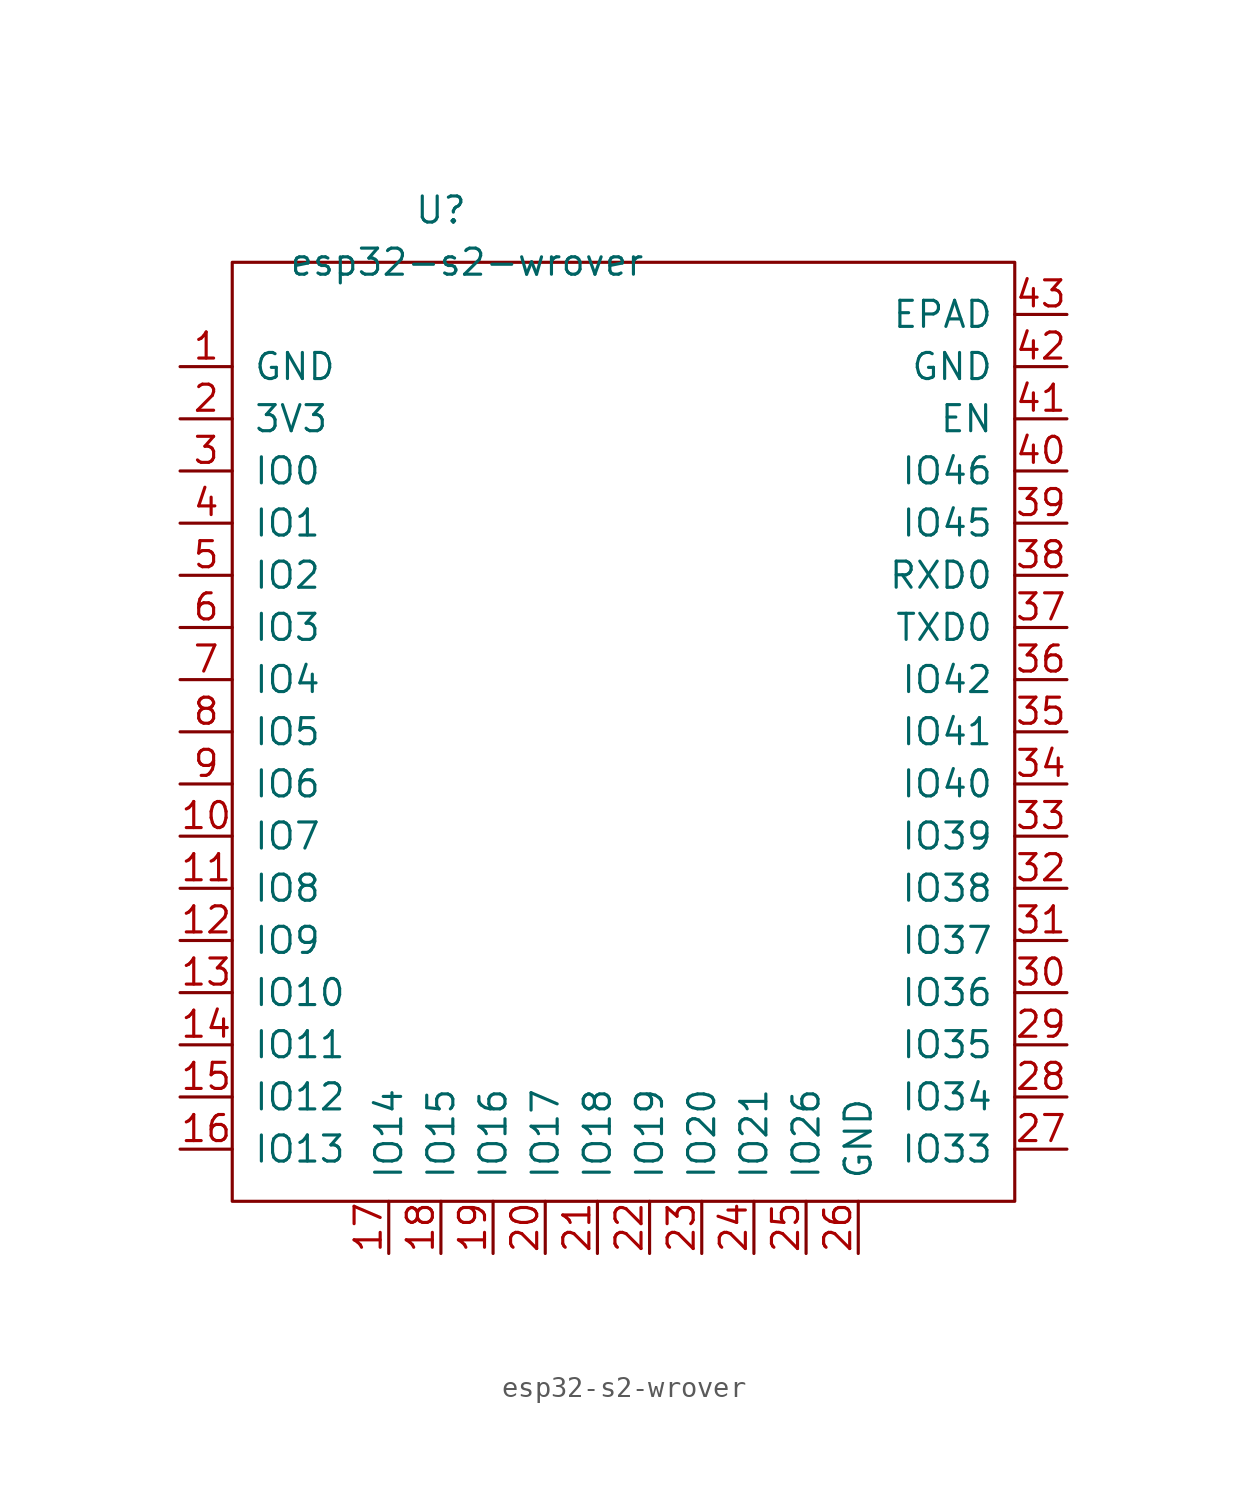
<source format=kicad_sym>
(kicad_symbol_lib
  (version 20211014)
  (generator kicad_symbol_editor)
  (symbol "esp32-s2-wrover"
    (pin_names
      (offset 1.016))
    (property "Reference" "U"
      (at 0 13.97 0)
      (effects (font (size 1.27 1.27))))
    (property "Value" "esp32-s2-wrover"
      (at 1.27 11.43 0)
      (effects (font (size 1.27 1.27))))
    (symbol "esp32-s2-wrover_0_1"
      (rectangle (start 27.94 11.43) (end -10.16 -34.29) (stroke (width 0) (type default) (color 0 0 0 0)) (fill (type none))))
    (symbol "esp32-s2-wrover_1_1"
      (pin passive line (at -12.7 6.35 0) (length 2.54) (name "GND" (effects (font (size 1.27 1.27)))) (number "1" (effects (font (size 1.27 1.27)))))
      (pin passive line (at -12.7 -16.51 0) (length 2.54) (name "IO7" (effects (font (size 1.27 1.27)))) (number "10" (effects (font (size 1.27 1.27)))))
      (pin passive line (at -12.7 -19.05 0) (length 2.54) (name "IO8" (effects (font (size 1.27 1.27)))) (number "11" (effects (font (size 1.27 1.27)))))
      (pin passive line (at -12.7 -21.59 0) (length 2.54) (name "IO9" (effects (font (size 1.27 1.27)))) (number "12" (effects (font (size 1.27 1.27)))))
      (pin passive line (at -12.7 -24.13 0) (length 2.54) (name "IO10" (effects (font (size 1.27 1.27)))) (number "13" (effects (font (size 1.27 1.27)))))
      (pin passive line (at -12.7 -26.67 0) (length 2.54) (name "IO11" (effects (font (size 1.27 1.27)))) (number "14" (effects (font (size 1.27 1.27)))))
      (pin passive line (at -12.7 -29.21 0) (length 2.54) (name "IO12" (effects (font (size 1.27 1.27)))) (number "15" (effects (font (size 1.27 1.27)))))
      (pin passive line (at -12.7 -31.75 0) (length 2.54) (name "IO13" (effects (font (size 1.27 1.27)))) (number "16" (effects (font (size 1.27 1.27)))))
      (pin passive line (at -2.54 -36.83 90) (length 2.54) (name "IO14" (effects (font (size 1.27 1.27)))) (number "17" (effects (font (size 1.27 1.27)))))
      (pin passive line (at 0 -36.83 90) (length 2.54) (name "IO15" (effects (font (size 1.27 1.27)))) (number "18" (effects (font (size 1.27 1.27)))))
      (pin passive line (at 2.54 -36.83 90) (length 2.54) (name "IO16" (effects (font (size 1.27 1.27)))) (number "19" (effects (font (size 1.27 1.27)))))
      (pin passive line (at -12.7 3.81 0) (length 2.54) (name "3V3" (effects (font (size 1.27 1.27)))) (number "2" (effects (font (size 1.27 1.27)))))
      (pin passive line (at 5.08 -36.83 90) (length 2.54) (name "IO17" (effects (font (size 1.27 1.27)))) (number "20" (effects (font (size 1.27 1.27)))))
      (pin passive line (at 7.62 -36.83 90) (length 2.54) (name "IO18" (effects (font (size 1.27 1.27)))) (number "21" (effects (font (size 1.27 1.27)))))
      (pin passive line (at 10.16 -36.83 90) (length 2.54) (name "IO19" (effects (font (size 1.27 1.27)))) (number "22" (effects (font (size 1.27 1.27)))))
      (pin passive line (at 12.7 -36.83 90) (length 2.54) (name "IO20" (effects (font (size 1.27 1.27)))) (number "23" (effects (font (size 1.27 1.27)))))
      (pin passive line (at 15.24 -36.83 90) (length 2.54) (name "IO21" (effects (font (size 1.27 1.27)))) (number "24" (effects (font (size 1.27 1.27)))))
      (pin passive line (at 17.78 -36.83 90) (length 2.54) (name "IO26" (effects (font (size 1.27 1.27)))) (number "25" (effects (font (size 1.27 1.27)))))
      (pin passive line (at 20.32 -36.83 90) (length 2.54) (name "GND" (effects (font (size 1.27 1.27)))) (number "26" (effects (font (size 1.27 1.27)))))
      (pin passive line (at 30.48 -31.75 180) (length 2.54) (name "IO33" (effects (font (size 1.27 1.27)))) (number "27" (effects (font (size 1.27 1.27)))))
      (pin passive line (at 30.48 -29.21 180) (length 2.54) (name "IO34" (effects (font (size 1.27 1.27)))) (number "28" (effects (font (size 1.27 1.27)))))
      (pin passive line (at 30.48 -26.67 180) (length 2.54) (name "IO35" (effects (font (size 1.27 1.27)))) (number "29" (effects (font (size 1.27 1.27)))))
      (pin passive line (at -12.7 1.27 0) (length 2.54) (name "IO0" (effects (font (size 1.27 1.27)))) (number "3" (effects (font (size 1.27 1.27)))))
      (pin passive line (at 30.48 -24.13 180) (length 2.54) (name "IO36" (effects (font (size 1.27 1.27)))) (number "30" (effects (font (size 1.27 1.27)))))
      (pin passive line (at 30.48 -21.59 180) (length 2.54) (name "IO37" (effects (font (size 1.27 1.27)))) (number "31" (effects (font (size 1.27 1.27)))))
      (pin passive line (at 30.48 -19.05 180) (length 2.54) (name "IO38" (effects (font (size 1.27 1.27)))) (number "32" (effects (font (size 1.27 1.27)))))
      (pin passive line (at 30.48 -16.51 180) (length 2.54) (name "IO39" (effects (font (size 1.27 1.27)))) (number "33" (effects (font (size 1.27 1.27)))))
      (pin passive line (at 30.48 -13.97 180) (length 2.54) (name "IO40" (effects (font (size 1.27 1.27)))) (number "34" (effects (font (size 1.27 1.27)))))
      (pin passive line (at 30.48 -11.43 180) (length 2.54) (name "IO41" (effects (font (size 1.27 1.27)))) (number "35" (effects (font (size 1.27 1.27)))))
      (pin passive line (at 30.48 -8.89 180) (length 2.54) (name "IO42" (effects (font (size 1.27 1.27)))) (number "36" (effects (font (size 1.27 1.27)))))
      (pin passive line (at 30.48 -6.35 180) (length 2.54) (name "TXD0" (effects (font (size 1.27 1.27)))) (number "37" (effects (font (size 1.27 1.27)))))
      (pin passive line (at 30.48 -3.81 180) (length 2.54) (name "RXD0" (effects (font (size 1.27 1.27)))) (number "38" (effects (font (size 1.27 1.27)))))
      (pin passive line (at 30.48 -1.27 180) (length 2.54) (name "IO45" (effects (font (size 1.27 1.27)))) (number "39" (effects (font (size 1.27 1.27)))))
      (pin passive line (at -12.7 -1.27 0) (length 2.54) (name "IO1" (effects (font (size 1.27 1.27)))) (number "4" (effects (font (size 1.27 1.27)))))
      (pin passive line (at 30.48 1.27 180) (length 2.54) (name "IO46" (effects (font (size 1.27 1.27)))) (number "40" (effects (font (size 1.27 1.27)))))
      (pin passive line (at 30.48 3.81 180) (length 2.54) (name "EN" (effects (font (size 1.27 1.27)))) (number "41" (effects (font (size 1.27 1.27)))))
      (pin passive line (at 30.48 6.35 180) (length 2.54) (name "GND" (effects (font (size 1.27 1.27)))) (number "42" (effects (font (size 1.27 1.27)))))
      (pin passive line (at 30.48 8.89 180) (length 2.54) (name "EPAD" (effects (font (size 1.27 1.27)))) (number "43" (effects (font (size 1.27 1.27)))))
      (pin passive line (at -12.7 -3.81 0) (length 2.54) (name "IO2" (effects (font (size 1.27 1.27)))) (number "5" (effects (font (size 1.27 1.27)))))
      (pin passive line (at -12.7 -6.35 0) (length 2.54) (name "IO3" (effects (font (size 1.27 1.27)))) (number "6" (effects (font (size 1.27 1.27)))))
      (pin passive line (at -12.7 -8.89 0) (length 2.54) (name "IO4" (effects (font (size 1.27 1.27)))) (number "7" (effects (font (size 1.27 1.27)))))
      (pin passive line (at -12.7 -11.43 0) (length 2.54) (name "IO5" (effects (font (size 1.27 1.27)))) (number "8" (effects (font (size 1.27 1.27)))))
      (pin passive line (at -12.7 -13.97 0) (length 2.54) (name "IO6" (effects (font (size 1.27 1.27)))) (number "9" (effects (font (size 1.27 1.27))))))))
</source>
